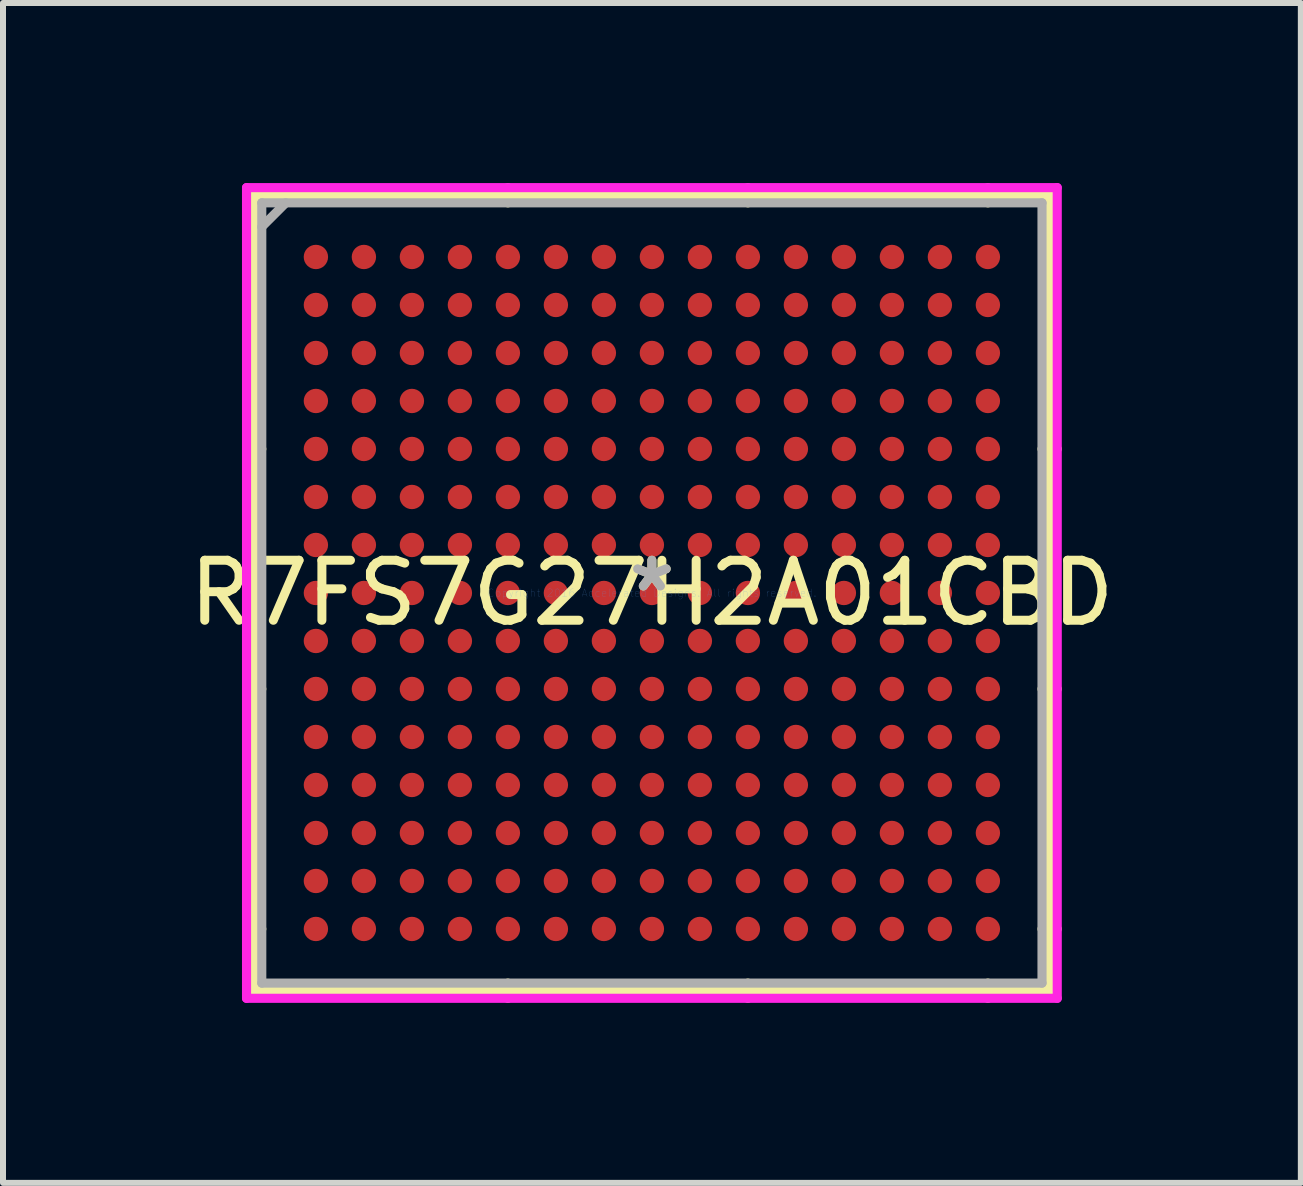
<source format=kicad_pcb>
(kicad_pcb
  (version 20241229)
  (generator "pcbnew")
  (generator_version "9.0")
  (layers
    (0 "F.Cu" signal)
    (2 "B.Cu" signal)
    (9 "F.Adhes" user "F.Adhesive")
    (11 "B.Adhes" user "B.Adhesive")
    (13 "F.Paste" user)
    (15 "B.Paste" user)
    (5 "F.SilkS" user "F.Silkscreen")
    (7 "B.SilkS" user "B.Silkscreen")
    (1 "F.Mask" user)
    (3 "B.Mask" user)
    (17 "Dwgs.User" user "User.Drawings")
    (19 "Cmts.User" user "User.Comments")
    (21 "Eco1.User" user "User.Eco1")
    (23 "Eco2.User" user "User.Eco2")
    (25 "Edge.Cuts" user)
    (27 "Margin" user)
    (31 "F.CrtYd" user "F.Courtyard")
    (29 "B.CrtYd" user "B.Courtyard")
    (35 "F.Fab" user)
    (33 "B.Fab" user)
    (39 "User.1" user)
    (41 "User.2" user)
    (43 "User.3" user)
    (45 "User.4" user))
  (footprint "R7FS7G27H2A01CBD"
    (layer "F.Cu")
    (at 7.815 6.833)
    (property "Reference" "R7FS7G27H2A01CBD" (at 0 0 0) (layer "F.SilkS") (effects (font (size 1 1) (thickness 0.15))))
    (attr through_hole)
    (fp_line (start -6.629 -6.629) (end -6.629 6.629) (stroke (width 0.152) (type solid)) (layer "F.SilkS"))
    (fp_line (start -6.629 6.629) (end 6.629 6.629) (stroke (width 0.152) (type solid)) (layer "F.SilkS"))
    (fp_line (start -6.502 -2.4) (end -6.756 -2.4) (stroke (width 0.152) (type solid)) (layer "F.SilkS"))
    (fp_line (start -6.502 1.6) (end -6.756 1.6) (stroke (width 0.152) (type solid)) (layer "F.SilkS"))
    (fp_line (start -6.502 5.6) (end -6.756 5.6) (stroke (width 0.152) (type solid)) (layer "F.SilkS"))
    (fp_line (start -2.4 -6.502) (end -2.4 -6.756) (stroke (width 0.152) (type solid)) (layer "F.SilkS"))
    (fp_line (start -2.4 6.502) (end -2.4 6.756) (stroke (width 0.152) (type solid)) (layer "F.SilkS"))
    (fp_line (start 1.6 -6.502) (end 1.6 -6.756) (stroke (width 0.152) (type solid)) (layer "F.SilkS"))
    (fp_line (start 1.6 6.502) (end 1.6 6.756) (stroke (width 0.152) (type solid)) (layer "F.SilkS"))
    (fp_line (start 5.6 -6.502) (end 5.6 -6.756) (stroke (width 0.152) (type solid)) (layer "F.SilkS"))
    (fp_line (start 5.6 6.502) (end 5.6 6.756) (stroke (width 0.152) (type solid)) (layer "F.SilkS"))
    (fp_line (start 6.502 -2.4) (end 6.756 -2.4) (stroke (width 0.152) (type solid)) (layer "F.SilkS"))
    (fp_line (start 6.502 1.6) (end 6.756 1.6) (stroke (width 0.152) (type solid)) (layer "F.SilkS"))
    (fp_line (start 6.502 5.6) (end 6.756 5.6) (stroke (width 0.152) (type solid)) (layer "F.SilkS"))
    (fp_line (start 6.629 -6.629) (end -6.629 -6.629) (stroke (width 0.152) (type solid)) (layer "F.SilkS"))
    (fp_line (start 6.629 6.629) (end 6.629 -6.629) (stroke (width 0.152) (type solid)) (layer "F.SilkS"))
    (fp_line (start -6.756 -6.756) (end 6.756 -6.756) (stroke (width 0.152) (type solid)) (layer "F.CrtYd"))
    (fp_line (start -6.756 6.756) (end -6.756 -6.756) (stroke (width 0.152) (type solid)) (layer "F.CrtYd"))
    (fp_line (start 6.756 -6.756) (end 6.756 6.756) (stroke (width 0.152) (type solid)) (layer "F.CrtYd"))
    (fp_line (start 6.756 6.756) (end -6.756 6.756) (stroke (width 0.152) (type solid)) (layer "F.CrtYd"))
    (fp_line (start -6.502 -6.502) (end -6.502 6.502) (stroke (width 0.152) (type solid)) (layer "F.Fab"))
    (fp_line (start -6.502 6.502) (end 6.502 6.502) (stroke (width 0.152) (type solid)) (layer "F.Fab"))
    (fp_line (start -6.102 -6.502) (end -6.502 -6.102) (stroke (width 0.152) (type solid)) (layer "F.Fab"))
    (fp_line (start 6.502 -6.502) (end -6.502 -6.502) (stroke (width 0.152) (type solid)) (layer "F.Fab"))
    (fp_line (start 6.502 6.502) (end 6.502 -6.502) (stroke (width 0.152) (type solid)) (layer "F.Fab"))
    (fp_text user "*" (at 0 0 0) (layer "F.SilkS") (effects (font (size 1 1) (thickness 0.15))))
    (fp_text user "Copyright 2016 Accelerated Designs. All rights reserved." (at 0 0 0) (layer "Cmts.User") (effects (font (size 0.127 0.127) (thickness 0.002))))
    (fp_text user "*" (at 0 0 0) (layer "F.Fab") (effects (font (size 1 1) (thickness 0.15))))
    (pad "A1" smd circle (at -5.6 -5.6) (size 0.406 0.406) (layers "F.Cu" "F.Mask" "F.Paste"))
    (pad "A2" smd circle (at -4.8 -5.6) (size 0.406 0.406) (layers "F.Cu" "F.Mask" "F.Paste"))
    (pad "A3" smd circle (at -4 -5.6) (size 0.406 0.406) (layers "F.Cu" "F.Mask" "F.Paste"))
    (pad "A4" smd circle (at -3.2 -5.6) (size 0.406 0.406) (layers "F.Cu" "F.Mask" "F.Paste"))
    (pad "A5" smd circle (at -2.4 -5.6) (size 0.406 0.406) (layers "F.Cu" "F.Mask" "F.Paste"))
    (pad "A6" smd circle (at -1.6 -5.6) (size 0.406 0.406) (layers "F.Cu" "F.Mask" "F.Paste"))
    (pad "A7" smd circle (at -0.8 -5.6) (size 0.406 0.406) (layers "F.Cu" "F.Mask" "F.Paste"))
    (pad "A8" smd circle (at 0 -5.6) (size 0.406 0.406) (layers "F.Cu" "F.Mask" "F.Paste"))
    (pad "A9" smd circle (at 0.8 -5.6) (size 0.406 0.406) (layers "F.Cu" "F.Mask" "F.Paste"))
    (pad "A10" smd circle (at 1.6 -5.6) (size 0.406 0.406) (layers "F.Cu" "F.Mask" "F.Paste"))
    (pad "A11" smd circle (at 2.4 -5.6) (size 0.406 0.406) (layers "F.Cu" "F.Mask" "F.Paste"))
    (pad "A12" smd circle (at 3.2 -5.6) (size 0.406 0.406) (layers "F.Cu" "F.Mask" "F.Paste"))
    (pad "A13" smd circle (at 4 -5.6) (size 0.406 0.406) (layers "F.Cu" "F.Mask" "F.Paste"))
    (pad "A14" smd circle (at 4.8 -5.6) (size 0.406 0.406) (layers "F.Cu" "F.Mask" "F.Paste"))
    (pad "A15" smd circle (at 5.6 -5.6) (size 0.406 0.406) (layers "F.Cu" "F.Mask" "F.Paste"))
    (pad "B1" smd circle (at -5.6 -4.8) (size 0.406 0.406) (layers "F.Cu" "F.Mask" "F.Paste"))
    (pad "B2" smd circle (at -4.8 -4.8) (size 0.406 0.406) (layers "F.Cu" "F.Mask" "F.Paste"))
    (pad "B3" smd circle (at -4 -4.8) (size 0.406 0.406) (layers "F.Cu" "F.Mask" "F.Paste"))
    (pad "B4" smd circle (at -3.2 -4.8) (size 0.406 0.406) (layers "F.Cu" "F.Mask" "F.Paste"))
    (pad "B5" smd circle (at -2.4 -4.8) (size 0.406 0.406) (layers "F.Cu" "F.Mask" "F.Paste"))
    (pad "B6" smd circle (at -1.6 -4.8) (size 0.406 0.406) (layers "F.Cu" "F.Mask" "F.Paste"))
    (pad "B7" smd circle (at -0.8 -4.8) (size 0.406 0.406) (layers "F.Cu" "F.Mask" "F.Paste"))
    (pad "B8" smd circle (at 0 -4.8) (size 0.406 0.406) (layers "F.Cu" "F.Mask" "F.Paste"))
    (pad "B9" smd circle (at 0.8 -4.8) (size 0.406 0.406) (layers "F.Cu" "F.Mask" "F.Paste"))
    (pad "B10" smd circle (at 1.6 -4.8) (size 0.406 0.406) (layers "F.Cu" "F.Mask" "F.Paste"))
    (pad "B11" smd circle (at 2.4 -4.8) (size 0.406 0.406) (layers "F.Cu" "F.Mask" "F.Paste"))
    (pad "B12" smd circle (at 3.2 -4.8) (size 0.406 0.406) (layers "F.Cu" "F.Mask" "F.Paste"))
    (pad "B13" smd circle (at 4 -4.8) (size 0.406 0.406) (layers "F.Cu" "F.Mask" "F.Paste"))
    (pad "B14" smd circle (at 4.8 -4.8) (size 0.406 0.406) (layers "F.Cu" "F.Mask" "F.Paste"))
    (pad "B15" smd circle (at 5.6 -4.8) (size 0.406 0.406) (layers "F.Cu" "F.Mask" "F.Paste"))
    (pad "C1" smd circle (at -5.6 -4) (size 0.406 0.406) (layers "F.Cu" "F.Mask" "F.Paste"))
    (pad "C2" smd circle (at -4.8 -4) (size 0.406 0.406) (layers "F.Cu" "F.Mask" "F.Paste"))
    (pad "C3" smd circle (at -4 -4) (size 0.406 0.406) (layers "F.Cu" "F.Mask" "F.Paste"))
    (pad "C4" smd circle (at -3.2 -4) (size 0.406 0.406) (layers "F.Cu" "F.Mask" "F.Paste"))
    (pad "C5" smd circle (at -2.4 -4) (size 0.406 0.406) (layers "F.Cu" "F.Mask" "F.Paste"))
    (pad "C6" smd circle (at -1.6 -4) (size 0.406 0.406) (layers "F.Cu" "F.Mask" "F.Paste"))
    (pad "C7" smd circle (at -0.8 -4) (size 0.406 0.406) (layers "F.Cu" "F.Mask" "F.Paste"))
    (pad "C8" smd circle (at 0 -4) (size 0.406 0.406) (layers "F.Cu" "F.Mask" "F.Paste"))
    (pad "C9" smd circle (at 0.8 -4) (size 0.406 0.406) (layers "F.Cu" "F.Mask" "F.Paste"))
    (pad "C10" smd circle (at 1.6 -4) (size 0.406 0.406) (layers "F.Cu" "F.Mask" "F.Paste"))
    (pad "C11" smd circle (at 2.4 -4) (size 0.406 0.406) (layers "F.Cu" "F.Mask" "F.Paste"))
    (pad "C12" smd circle (at 3.2 -4) (size 0.406 0.406) (layers "F.Cu" "F.Mask" "F.Paste"))
    (pad "C13" smd circle (at 4 -4) (size 0.406 0.406) (layers "F.Cu" "F.Mask" "F.Paste"))
    (pad "C14" smd circle (at 4.8 -4) (size 0.406 0.406) (layers "F.Cu" "F.Mask" "F.Paste"))
    (pad "C15" smd circle (at 5.6 -4) (size 0.406 0.406) (layers "F.Cu" "F.Mask" "F.Paste"))
    (pad "D1" smd circle (at -5.6 -3.2) (size 0.406 0.406) (layers "F.Cu" "F.Mask" "F.Paste"))
    (pad "D2" smd circle (at -4.8 -3.2) (size 0.406 0.406) (layers "F.Cu" "F.Mask" "F.Paste"))
    (pad "D3" smd circle (at -4 -3.2) (size 0.406 0.406) (layers "F.Cu" "F.Mask" "F.Paste"))
    (pad "D4" smd circle (at -3.2 -3.2) (size 0.406 0.406) (layers "F.Cu" "F.Mask" "F.Paste"))
    (pad "D5" smd circle (at -2.4 -3.2) (size 0.406 0.406) (layers "F.Cu" "F.Mask" "F.Paste"))
    (pad "D6" smd circle (at -1.6 -3.2) (size 0.406 0.406) (layers "F.Cu" "F.Mask" "F.Paste"))
    (pad "D7" smd circle (at -0.8 -3.2) (size 0.406 0.406) (layers "F.Cu" "F.Mask" "F.Paste"))
    (pad "D8" smd circle (at 0 -3.2) (size 0.406 0.406) (layers "F.Cu" "F.Mask" "F.Paste"))
    (pad "D9" smd circle (at 0.8 -3.2) (size 0.406 0.406) (layers "F.Cu" "F.Mask" "F.Paste"))
    (pad "D10" smd circle (at 1.6 -3.2) (size 0.406 0.406) (layers "F.Cu" "F.Mask" "F.Paste"))
    (pad "D11" smd circle (at 2.4 -3.2) (size 0.406 0.406) (layers "F.Cu" "F.Mask" "F.Paste"))
    (pad "D12" smd circle (at 3.2 -3.2) (size 0.406 0.406) (layers "F.Cu" "F.Mask" "F.Paste"))
    (pad "D13" smd circle (at 4 -3.2) (size 0.406 0.406) (layers "F.Cu" "F.Mask" "F.Paste"))
    (pad "D14" smd circle (at 4.8 -3.2) (size 0.406 0.406) (layers "F.Cu" "F.Mask" "F.Paste"))
    (pad "D15" smd circle (at 5.6 -3.2) (size 0.406 0.406) (layers "F.Cu" "F.Mask" "F.Paste"))
    (pad "E1" smd circle (at -5.6 -2.4) (size 0.406 0.406) (layers "F.Cu" "F.Mask" "F.Paste"))
    (pad "E2" smd circle (at -4.8 -2.4) (size 0.406 0.406) (layers "F.Cu" "F.Mask" "F.Paste"))
    (pad "E3" smd circle (at -4 -2.4) (size 0.406 0.406) (layers "F.Cu" "F.Mask" "F.Paste"))
    (pad "E4" smd circle (at -3.2 -2.4) (size 0.406 0.406) (layers "F.Cu" "F.Mask" "F.Paste"))
    (pad "E5" smd circle (at -2.4 -2.4) (size 0.406 0.406) (layers "F.Cu" "F.Mask" "F.Paste"))
    (pad "E6" smd circle (at -1.6 -2.4) (size 0.406 0.406) (layers "F.Cu" "F.Mask" "F.Paste"))
    (pad "E7" smd circle (at -0.8 -2.4) (size 0.406 0.406) (layers "F.Cu" "F.Mask" "F.Paste"))
    (pad "E8" smd circle (at 0 -2.4) (size 0.406 0.406) (layers "F.Cu" "F.Mask" "F.Paste"))
    (pad "E9" smd circle (at 0.8 -2.4) (size 0.406 0.406) (layers "F.Cu" "F.Mask" "F.Paste"))
    (pad "E10" smd circle (at 1.6 -2.4) (size 0.406 0.406) (layers "F.Cu" "F.Mask" "F.Paste"))
    (pad "E11" smd circle (at 2.4 -2.4) (size 0.406 0.406) (layers "F.Cu" "F.Mask" "F.Paste"))
    (pad "E12" smd circle (at 3.2 -2.4) (size 0.406 0.406) (layers "F.Cu" "F.Mask" "F.Paste"))
    (pad "E13" smd circle (at 4 -2.4) (size 0.406 0.406) (layers "F.Cu" "F.Mask" "F.Paste"))
    (pad "E14" smd circle (at 4.8 -2.4) (size 0.406 0.406) (layers "F.Cu" "F.Mask" "F.Paste"))
    (pad "E15" smd circle (at 5.6 -2.4) (size 0.406 0.406) (layers "F.Cu" "F.Mask" "F.Paste"))
    (pad "F1" smd circle (at -5.6 -1.6) (size 0.406 0.406) (layers "F.Cu" "F.Mask" "F.Paste"))
    (pad "F2" smd circle (at -4.8 -1.6) (size 0.406 0.406) (layers "F.Cu" "F.Mask" "F.Paste"))
    (pad "F3" smd circle (at -4 -1.6) (size 0.406 0.406) (layers "F.Cu" "F.Mask" "F.Paste"))
    (pad "F4" smd circle (at -3.2 -1.6) (size 0.406 0.406) (layers "F.Cu" "F.Mask" "F.Paste"))
    (pad "F5" smd circle (at -2.4 -1.6) (size 0.406 0.406) (layers "F.Cu" "F.Mask" "F.Paste"))
    (pad "F6" smd circle (at -1.6 -1.6) (size 0.406 0.406) (layers "F.Cu" "F.Mask" "F.Paste"))
    (pad "F7" smd circle (at -0.8 -1.6) (size 0.406 0.406) (layers "F.Cu" "F.Mask" "F.Paste"))
    (pad "F8" smd circle (at 0 -1.6) (size 0.406 0.406) (layers "F.Cu" "F.Mask" "F.Paste"))
    (pad "F9" smd circle (at 0.8 -1.6) (size 0.406 0.406) (layers "F.Cu" "F.Mask" "F.Paste"))
    (pad "F10" smd circle (at 1.6 -1.6) (size 0.406 0.406) (layers "F.Cu" "F.Mask" "F.Paste"))
    (pad "F11" smd circle (at 2.4 -1.6) (size 0.406 0.406) (layers "F.Cu" "F.Mask" "F.Paste"))
    (pad "F12" smd circle (at 3.2 -1.6) (size 0.406 0.406) (layers "F.Cu" "F.Mask" "F.Paste"))
    (pad "F13" smd circle (at 4 -1.6) (size 0.406 0.406) (layers "F.Cu" "F.Mask" "F.Paste"))
    (pad "F14" smd circle (at 4.8 -1.6) (size 0.406 0.406) (layers "F.Cu" "F.Mask" "F.Paste"))
    (pad "F15" smd circle (at 5.6 -1.6) (size 0.406 0.406) (layers "F.Cu" "F.Mask" "F.Paste"))
    (pad "G1" smd circle (at -5.6 -0.8) (size 0.406 0.406) (layers "F.Cu" "F.Mask" "F.Paste"))
    (pad "G2" smd circle (at -4.8 -0.8) (size 0.406 0.406) (layers "F.Cu" "F.Mask" "F.Paste"))
    (pad "G3" smd circle (at -4 -0.8) (size 0.406 0.406) (layers "F.Cu" "F.Mask" "F.Paste"))
    (pad "G4" smd circle (at -3.2 -0.8) (size 0.406 0.406) (layers "F.Cu" "F.Mask" "F.Paste"))
    (pad "G5" smd circle (at -2.4 -0.8) (size 0.406 0.406) (layers "F.Cu" "F.Mask" "F.Paste"))
    (pad "G6" smd circle (at -1.6 -0.8) (size 0.406 0.406) (layers "F.Cu" "F.Mask" "F.Paste"))
    (pad "G7" smd circle (at -0.8 -0.8) (size 0.406 0.406) (layers "F.Cu" "F.Mask" "F.Paste"))
    (pad "G8" smd circle (at 0 -0.8) (size 0.406 0.406) (layers "F.Cu" "F.Mask" "F.Paste"))
    (pad "G9" smd circle (at 0.8 -0.8) (size 0.406 0.406) (layers "F.Cu" "F.Mask" "F.Paste"))
    (pad "G10" smd circle (at 1.6 -0.8) (size 0.406 0.406) (layers "F.Cu" "F.Mask" "F.Paste"))
    (pad "G11" smd circle (at 2.4 -0.8) (size 0.406 0.406) (layers "F.Cu" "F.Mask" "F.Paste"))
    (pad "G12" smd circle (at 3.2 -0.8) (size 0.406 0.406) (layers "F.Cu" "F.Mask" "F.Paste"))
    (pad "G13" smd circle (at 4 -0.8) (size 0.406 0.406) (layers "F.Cu" "F.Mask" "F.Paste"))
    (pad "G14" smd circle (at 4.8 -0.8) (size 0.406 0.406) (layers "F.Cu" "F.Mask" "F.Paste"))
    (pad "G15" smd circle (at 5.6 -0.8) (size 0.406 0.406) (layers "F.Cu" "F.Mask" "F.Paste"))
    (pad "H1" smd circle (at -5.6 0) (size 0.406 0.406) (layers "F.Cu" "F.Mask" "F.Paste"))
    (pad "H2" smd circle (at -4.8 0) (size 0.406 0.406) (layers "F.Cu" "F.Mask" "F.Paste"))
    (pad "H3" smd circle (at -4 0) (size 0.406 0.406) (layers "F.Cu" "F.Mask" "F.Paste"))
    (pad "H4" smd circle (at -3.2 0) (size 0.406 0.406) (layers "F.Cu" "F.Mask" "F.Paste"))
    (pad "H5" smd circle (at -2.4 0) (size 0.406 0.406) (layers "F.Cu" "F.Mask" "F.Paste"))
    (pad "H6" smd circle (at -1.6 0) (size 0.406 0.406) (layers "F.Cu" "F.Mask" "F.Paste"))
    (pad "H7" smd circle (at -0.8 0) (size 0.406 0.406) (layers "F.Cu" "F.Mask" "F.Paste"))
    (pad "H8" smd circle (at 0 0) (size 0.406 0.406) (layers "F.Cu" "F.Mask" "F.Paste"))
    (pad "H9" smd circle (at 0.8 0) (size 0.406 0.406) (layers "F.Cu" "F.Mask" "F.Paste"))
    (pad "H10" smd circle (at 1.6 0) (size 0.406 0.406) (layers "F.Cu" "F.Mask" "F.Paste"))
    (pad "H11" smd circle (at 2.4 0) (size 0.406 0.406) (layers "F.Cu" "F.Mask" "F.Paste"))
    (pad "H12" smd circle (at 3.2 0) (size 0.406 0.406) (layers "F.Cu" "F.Mask" "F.Paste"))
    (pad "H13" smd circle (at 4 0) (size 0.406 0.406) (layers "F.Cu" "F.Mask" "F.Paste"))
    (pad "H14" smd circle (at 4.8 0) (size 0.406 0.406) (layers "F.Cu" "F.Mask" "F.Paste"))
    (pad "H15" smd circle (at 5.6 0) (size 0.406 0.406) (layers "F.Cu" "F.Mask" "F.Paste"))
    (pad "J1" smd circle (at -5.6 0.8) (size 0.406 0.406) (layers "F.Cu" "F.Mask" "F.Paste"))
    (pad "J2" smd circle (at -4.8 0.8) (size 0.406 0.406) (layers "F.Cu" "F.Mask" "F.Paste"))
    (pad "J3" smd circle (at -4 0.8) (size 0.406 0.406) (layers "F.Cu" "F.Mask" "F.Paste"))
    (pad "J4" smd circle (at -3.2 0.8) (size 0.406 0.406) (layers "F.Cu" "F.Mask" "F.Paste"))
    (pad "J5" smd circle (at -2.4 0.8) (size 0.406 0.406) (layers "F.Cu" "F.Mask" "F.Paste"))
    (pad "J6" smd circle (at -1.6 0.8) (size 0.406 0.406) (layers "F.Cu" "F.Mask" "F.Paste"))
    (pad "J7" smd circle (at -0.8 0.8) (size 0.406 0.406) (layers "F.Cu" "F.Mask" "F.Paste"))
    (pad "J8" smd circle (at 0 0.8) (size 0.406 0.406) (layers "F.Cu" "F.Mask" "F.Paste"))
    (pad "J9" smd circle (at 0.8 0.8) (size 0.406 0.406) (layers "F.Cu" "F.Mask" "F.Paste"))
    (pad "J10" smd circle (at 1.6 0.8) (size 0.406 0.406) (layers "F.Cu" "F.Mask" "F.Paste"))
    (pad "J11" smd circle (at 2.4 0.8) (size 0.406 0.406) (layers "F.Cu" "F.Mask" "F.Paste"))
    (pad "J12" smd circle (at 3.2 0.8) (size 0.406 0.406) (layers "F.Cu" "F.Mask" "F.Paste"))
    (pad "J13" smd circle (at 4 0.8) (size 0.406 0.406) (layers "F.Cu" "F.Mask" "F.Paste"))
    (pad "J14" smd circle (at 4.8 0.8) (size 0.406 0.406) (layers "F.Cu" "F.Mask" "F.Paste"))
    (pad "J15" smd circle (at 5.6 0.8) (size 0.406 0.406) (layers "F.Cu" "F.Mask" "F.Paste"))
    (pad "K1" smd circle (at -5.6 1.6) (size 0.406 0.406) (layers "F.Cu" "F.Mask" "F.Paste"))
    (pad "K2" smd circle (at -4.8 1.6) (size 0.406 0.406) (layers "F.Cu" "F.Mask" "F.Paste"))
    (pad "K3" smd circle (at -4 1.6) (size 0.406 0.406) (layers "F.Cu" "F.Mask" "F.Paste"))
    (pad "K4" smd circle (at -3.2 1.6) (size 0.406 0.406) (layers "F.Cu" "F.Mask" "F.Paste"))
    (pad "K5" smd circle (at -2.4 1.6) (size 0.406 0.406) (layers "F.Cu" "F.Mask" "F.Paste"))
    (pad "K6" smd circle (at -1.6 1.6) (size 0.406 0.406) (layers "F.Cu" "F.Mask" "F.Paste"))
    (pad "K7" smd circle (at -0.8 1.6) (size 0.406 0.406) (layers "F.Cu" "F.Mask" "F.Paste"))
    (pad "K8" smd circle (at 0 1.6) (size 0.406 0.406) (layers "F.Cu" "F.Mask" "F.Paste"))
    (pad "K9" smd circle (at 0.8 1.6) (size 0.406 0.406) (layers "F.Cu" "F.Mask" "F.Paste"))
    (pad "K10" smd circle (at 1.6 1.6) (size 0.406 0.406) (layers "F.Cu" "F.Mask" "F.Paste"))
    (pad "K11" smd circle (at 2.4 1.6) (size 0.406 0.406) (layers "F.Cu" "F.Mask" "F.Paste"))
    (pad "K12" smd circle (at 3.2 1.6) (size 0.406 0.406) (layers "F.Cu" "F.Mask" "F.Paste"))
    (pad "K13" smd circle (at 4 1.6) (size 0.406 0.406) (layers "F.Cu" "F.Mask" "F.Paste"))
    (pad "K14" smd circle (at 4.8 1.6) (size 0.406 0.406) (layers "F.Cu" "F.Mask" "F.Paste"))
    (pad "K15" smd circle (at 5.6 1.6) (size 0.406 0.406) (layers "F.Cu" "F.Mask" "F.Paste"))
    (pad "L1" smd circle (at -5.6 2.4) (size 0.406 0.406) (layers "F.Cu" "F.Mask" "F.Paste"))
    (pad "L2" smd circle (at -4.8 2.4) (size 0.406 0.406) (layers "F.Cu" "F.Mask" "F.Paste"))
    (pad "L3" smd circle (at -4 2.4) (size 0.406 0.406) (layers "F.Cu" "F.Mask" "F.Paste"))
    (pad "L4" smd circle (at -3.2 2.4) (size 0.406 0.406) (layers "F.Cu" "F.Mask" "F.Paste"))
    (pad "L5" smd circle (at -2.4 2.4) (size 0.406 0.406) (layers "F.Cu" "F.Mask" "F.Paste"))
    (pad "L6" smd circle (at -1.6 2.4) (size 0.406 0.406) (layers "F.Cu" "F.Mask" "F.Paste"))
    (pad "L7" smd circle (at -0.8 2.4) (size 0.406 0.406) (layers "F.Cu" "F.Mask" "F.Paste"))
    (pad "L8" smd circle (at 0 2.4) (size 0.406 0.406) (layers "F.Cu" "F.Mask" "F.Paste"))
    (pad "L9" smd circle (at 0.8 2.4) (size 0.406 0.406) (layers "F.Cu" "F.Mask" "F.Paste"))
    (pad "L10" smd circle (at 1.6 2.4) (size 0.406 0.406) (layers "F.Cu" "F.Mask" "F.Paste"))
    (pad "L11" smd circle (at 2.4 2.4) (size 0.406 0.406) (layers "F.Cu" "F.Mask" "F.Paste"))
    (pad "L12" smd circle (at 3.2 2.4) (size 0.406 0.406) (layers "F.Cu" "F.Mask" "F.Paste"))
    (pad "L13" smd circle (at 4 2.4) (size 0.406 0.406) (layers "F.Cu" "F.Mask" "F.Paste"))
    (pad "L14" smd circle (at 4.8 2.4) (size 0.406 0.406) (layers "F.Cu" "F.Mask" "F.Paste"))
    (pad "L15" smd circle (at 5.6 2.4) (size 0.406 0.406) (layers "F.Cu" "F.Mask" "F.Paste"))
    (pad "M1" smd circle (at -5.6 3.2) (size 0.406 0.406) (layers "F.Cu" "F.Mask" "F.Paste"))
    (pad "M2" smd circle (at -4.8 3.2) (size 0.406 0.406) (layers "F.Cu" "F.Mask" "F.Paste"))
    (pad "M3" smd circle (at -4 3.2) (size 0.406 0.406) (layers "F.Cu" "F.Mask" "F.Paste"))
    (pad "M4" smd circle (at -3.2 3.2) (size 0.406 0.406) (layers "F.Cu" "F.Mask" "F.Paste"))
    (pad "M5" smd circle (at -2.4 3.2) (size 0.406 0.406) (layers "F.Cu" "F.Mask" "F.Paste"))
    (pad "M6" smd circle (at -1.6 3.2) (size 0.406 0.406) (layers "F.Cu" "F.Mask" "F.Paste"))
    (pad "M7" smd circle (at -0.8 3.2) (size 0.406 0.406) (layers "F.Cu" "F.Mask" "F.Paste"))
    (pad "M8" smd circle (at 0 3.2) (size 0.406 0.406) (layers "F.Cu" "F.Mask" "F.Paste"))
    (pad "M9" smd circle (at 0.8 3.2) (size 0.406 0.406) (layers "F.Cu" "F.Mask" "F.Paste"))
    (pad "M10" smd circle (at 1.6 3.2) (size 0.406 0.406) (layers "F.Cu" "F.Mask" "F.Paste"))
    (pad "M11" smd circle (at 2.4 3.2) (size 0.406 0.406) (layers "F.Cu" "F.Mask" "F.Paste"))
    (pad "M12" smd circle (at 3.2 3.2) (size 0.406 0.406) (layers "F.Cu" "F.Mask" "F.Paste"))
    (pad "M13" smd circle (at 4 3.2) (size 0.406 0.406) (layers "F.Cu" "F.Mask" "F.Paste"))
    (pad "M14" smd circle (at 4.8 3.2) (size 0.406 0.406) (layers "F.Cu" "F.Mask" "F.Paste"))
    (pad "M15" smd circle (at 5.6 3.2) (size 0.406 0.406) (layers "F.Cu" "F.Mask" "F.Paste"))
    (pad "N1" smd circle (at -5.6 4) (size 0.406 0.406) (layers "F.Cu" "F.Mask" "F.Paste"))
    (pad "N2" smd circle (at -4.8 4) (size 0.406 0.406) (layers "F.Cu" "F.Mask" "F.Paste"))
    (pad "N3" smd circle (at -4 4) (size 0.406 0.406) (layers "F.Cu" "F.Mask" "F.Paste"))
    (pad "N4" smd circle (at -3.2 4) (size 0.406 0.406) (layers "F.Cu" "F.Mask" "F.Paste"))
    (pad "N5" smd circle (at -2.4 4) (size 0.406 0.406) (layers "F.Cu" "F.Mask" "F.Paste"))
    (pad "N6" smd circle (at -1.6 4) (size 0.406 0.406) (layers "F.Cu" "F.Mask" "F.Paste"))
    (pad "N7" smd circle (at -0.8 4) (size 0.406 0.406) (layers "F.Cu" "F.Mask" "F.Paste"))
    (pad "N8" smd circle (at 0 4) (size 0.406 0.406) (layers "F.Cu" "F.Mask" "F.Paste"))
    (pad "N9" smd circle (at 0.8 4) (size 0.406 0.406) (layers "F.Cu" "F.Mask" "F.Paste"))
    (pad "N10" smd circle (at 1.6 4) (size 0.406 0.406) (layers "F.Cu" "F.Mask" "F.Paste"))
    (pad "N11" smd circle (at 2.4 4) (size 0.406 0.406) (layers "F.Cu" "F.Mask" "F.Paste"))
    (pad "N12" smd circle (at 3.2 4) (size 0.406 0.406) (layers "F.Cu" "F.Mask" "F.Paste"))
    (pad "N13" smd circle (at 4 4) (size 0.406 0.406) (layers "F.Cu" "F.Mask" "F.Paste"))
    (pad "N14" smd circle (at 4.8 4) (size 0.406 0.406) (layers "F.Cu" "F.Mask" "F.Paste"))
    (pad "N15" smd circle (at 5.6 4) (size 0.406 0.406) (layers "F.Cu" "F.Mask" "F.Paste"))
    (pad "P1" smd circle (at -5.6 4.8) (size 0.406 0.406) (layers "F.Cu" "F.Mask" "F.Paste"))
    (pad "P2" smd circle (at -4.8 4.8) (size 0.406 0.406) (layers "F.Cu" "F.Mask" "F.Paste"))
    (pad "P3" smd circle (at -4 4.8) (size 0.406 0.406) (layers "F.Cu" "F.Mask" "F.Paste"))
    (pad "P4" smd circle (at -3.2 4.8) (size 0.406 0.406) (layers "F.Cu" "F.Mask" "F.Paste"))
    (pad "P5" smd circle (at -2.4 4.8) (size 0.406 0.406) (layers "F.Cu" "F.Mask" "F.Paste"))
    (pad "P6" smd circle (at -1.6 4.8) (size 0.406 0.406) (layers "F.Cu" "F.Mask" "F.Paste"))
    (pad "P7" smd circle (at -0.8 4.8) (size 0.406 0.406) (layers "F.Cu" "F.Mask" "F.Paste"))
    (pad "P8" smd circle (at 0 4.8) (size 0.406 0.406) (layers "F.Cu" "F.Mask" "F.Paste"))
    (pad "P9" smd circle (at 0.8 4.8) (size 0.406 0.406) (layers "F.Cu" "F.Mask" "F.Paste"))
    (pad "P10" smd circle (at 1.6 4.8) (size 0.406 0.406) (layers "F.Cu" "F.Mask" "F.Paste"))
    (pad "P11" smd circle (at 2.4 4.8) (size 0.406 0.406) (layers "F.Cu" "F.Mask" "F.Paste"))
    (pad "P12" smd circle (at 3.2 4.8) (size 0.406 0.406) (layers "F.Cu" "F.Mask" "F.Paste"))
    (pad "P13" smd circle (at 4 4.8) (size 0.406 0.406) (layers "F.Cu" "F.Mask" "F.Paste"))
    (pad "P14" smd circle (at 4.8 4.8) (size 0.406 0.406) (layers "F.Cu" "F.Mask" "F.Paste"))
    (pad "P15" smd circle (at 5.6 4.8) (size 0.406 0.406) (layers "F.Cu" "F.Mask" "F.Paste"))
    (pad "R1" smd circle (at -5.6 5.6) (size 0.406 0.406) (layers "F.Cu" "F.Mask" "F.Paste"))
    (pad "R2" smd circle (at -4.8 5.6) (size 0.406 0.406) (layers "F.Cu" "F.Mask" "F.Paste"))
    (pad "R3" smd circle (at -4 5.6) (size 0.406 0.406) (layers "F.Cu" "F.Mask" "F.Paste"))
    (pad "R4" smd circle (at -3.2 5.6) (size 0.406 0.406) (layers "F.Cu" "F.Mask" "F.Paste"))
    (pad "R5" smd circle (at -2.4 5.6) (size 0.406 0.406) (layers "F.Cu" "F.Mask" "F.Paste"))
    (pad "R6" smd circle (at -1.6 5.6) (size 0.406 0.406) (layers "F.Cu" "F.Mask" "F.Paste"))
    (pad "R7" smd circle (at -0.8 5.6) (size 0.406 0.406) (layers "F.Cu" "F.Mask" "F.Paste"))
    (pad "R8" smd circle (at 0 5.6) (size 0.406 0.406) (layers "F.Cu" "F.Mask" "F.Paste"))
    (pad "R9" smd circle (at 0.8 5.6) (size 0.406 0.406) (layers "F.Cu" "F.Mask" "F.Paste"))
    (pad "R10" smd circle (at 1.6 5.6) (size 0.406 0.406) (layers "F.Cu" "F.Mask" "F.Paste"))
    (pad "R11" smd circle (at 2.4 5.6) (size 0.406 0.406) (layers "F.Cu" "F.Mask" "F.Paste"))
    (pad "R12" smd circle (at 3.2 5.6) (size 0.406 0.406) (layers "F.Cu" "F.Mask" "F.Paste"))
    (pad "R13" smd circle (at 4 5.6) (size 0.406 0.406) (layers "F.Cu" "F.Mask" "F.Paste"))
    (pad "R14" smd circle (at 4.8 5.6) (size 0.406 0.406) (layers "F.Cu" "F.Mask" "F.Paste"))
    (pad "R15" smd circle (at 5.6 5.6) (size 0.406 0.406) (layers "F.Cu" "F.Mask" "F.Paste")))
  (gr_rect
    (start -3 -3)
    (end 18.631 16.665)
    (stroke (width 0.1) (type default))
    (fill no)
    (layer "Edge.Cuts")))
</source>
